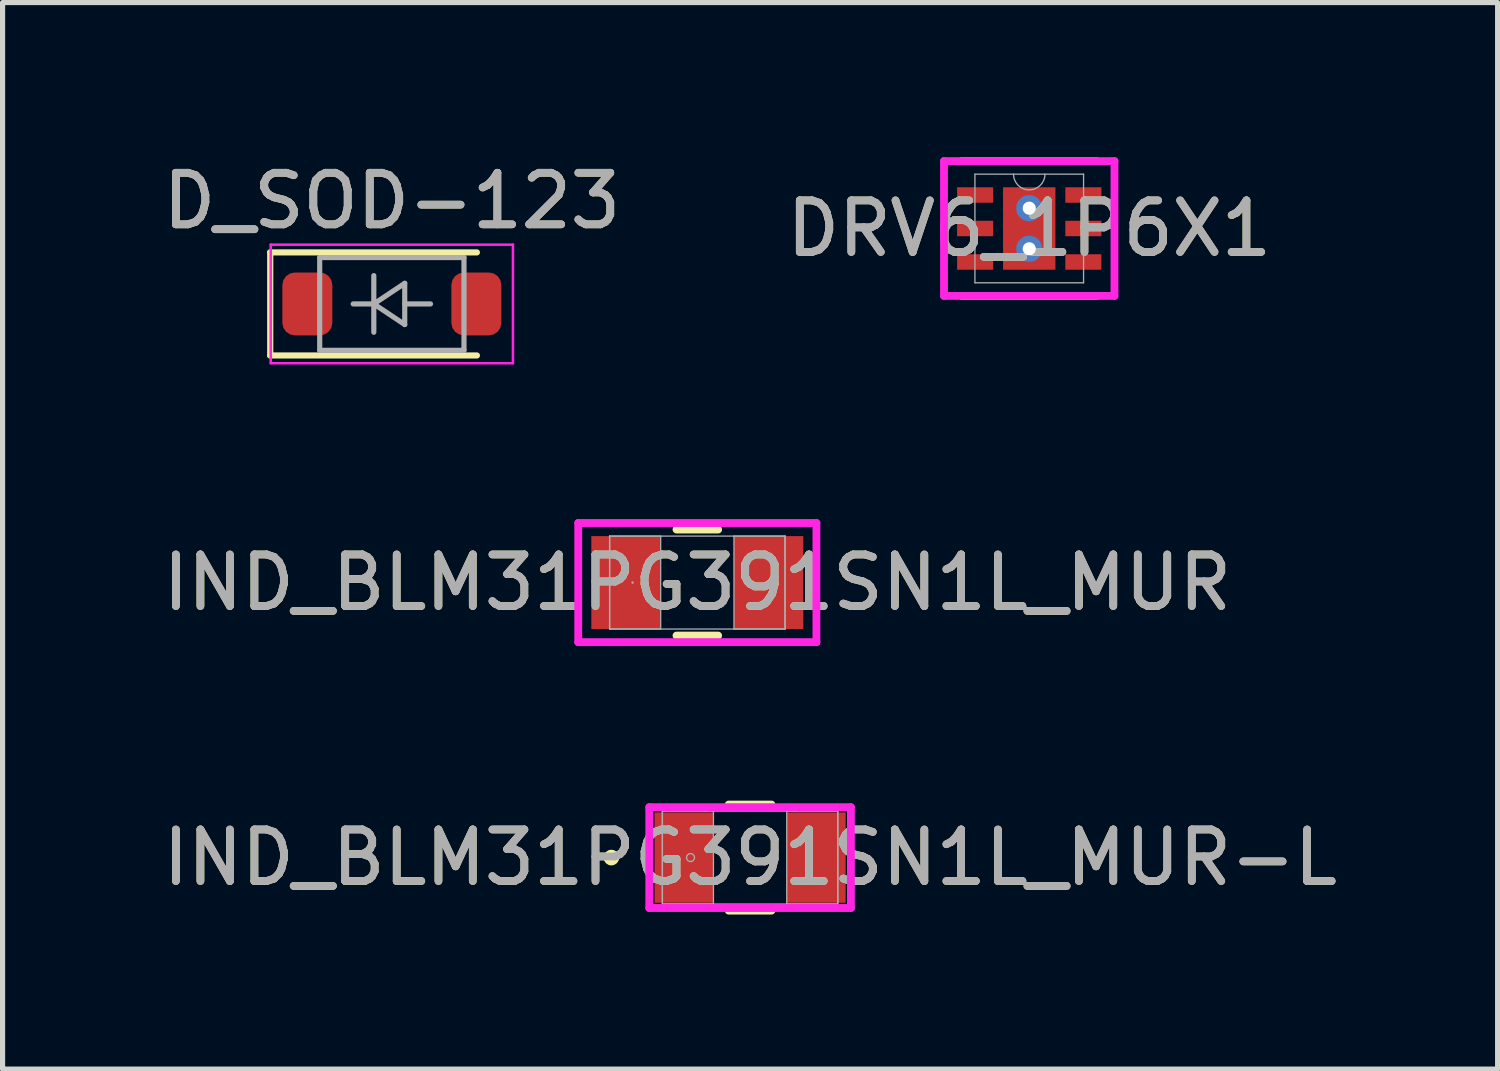
<source format=kicad_pcb>
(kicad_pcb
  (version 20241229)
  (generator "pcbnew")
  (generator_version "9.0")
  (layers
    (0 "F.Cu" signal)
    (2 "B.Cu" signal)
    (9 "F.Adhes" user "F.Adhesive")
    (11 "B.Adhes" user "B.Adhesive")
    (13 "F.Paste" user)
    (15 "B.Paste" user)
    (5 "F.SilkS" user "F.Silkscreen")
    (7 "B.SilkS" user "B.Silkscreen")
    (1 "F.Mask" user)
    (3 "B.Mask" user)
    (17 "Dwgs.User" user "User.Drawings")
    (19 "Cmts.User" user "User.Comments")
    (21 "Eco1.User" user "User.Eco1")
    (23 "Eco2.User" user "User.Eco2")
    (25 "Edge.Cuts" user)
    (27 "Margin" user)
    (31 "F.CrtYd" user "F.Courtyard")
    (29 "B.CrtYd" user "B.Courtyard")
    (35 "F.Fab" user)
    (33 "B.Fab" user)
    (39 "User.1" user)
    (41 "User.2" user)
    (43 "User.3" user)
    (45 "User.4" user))
  (footprint "D_SOD-123"
    (layer "F.Cu")
    (at 4.554 2.848)
    (property "Reference" "D_SOD-123" (at 0 -2 0) (layer "F.SilkS") (effects (font (size 1 1) (thickness 0.15))))
    (attr smd)
    (fp_line (start -2.36 -1) (end -2.36 1) (stroke (width 0.12) (type solid)) (layer "F.SilkS"))
    (fp_line (start -2.36 -1) (end 1.65 -1) (stroke (width 0.12) (type solid)) (layer "F.SilkS"))
    (fp_line (start -2.36 1) (end 1.65 1) (stroke (width 0.12) (type solid)) (layer "F.SilkS"))
    (fp_line (start -2.35 -1.15) (end -2.35 1.15) (stroke (width 0.05) (type solid)) (layer "F.CrtYd"))
    (fp_line (start -2.35 -1.15) (end 2.35 -1.15) (stroke (width 0.05) (type solid)) (layer "F.CrtYd"))
    (fp_line (start 2.35 -1.15) (end 2.35 1.15) (stroke (width 0.05) (type solid)) (layer "F.CrtYd"))
    (fp_line (start 2.35 1.15) (end -2.35 1.15) (stroke (width 0.05) (type solid)) (layer "F.CrtYd"))
    (fp_line (start -1.4 -0.9) (end 1.4 -0.9) (stroke (width 0.1) (type solid)) (layer "F.Fab"))
    (fp_line (start -1.4 0.9) (end -1.4 -0.9) (stroke (width 0.1) (type solid)) (layer "F.Fab"))
    (fp_line (start -0.75 0) (end -0.35 0) (stroke (width 0.1) (type solid)) (layer "F.Fab"))
    (fp_line (start -0.35 0) (end -0.35 -0.55) (stroke (width 0.1) (type solid)) (layer "F.Fab"))
    (fp_line (start -0.35 0) (end -0.35 0.55) (stroke (width 0.1) (type solid)) (layer "F.Fab"))
    (fp_line (start -0.35 0) (end 0.25 -0.4) (stroke (width 0.1) (type solid)) (layer "F.Fab"))
    (fp_line (start 0.25 -0.4) (end 0.25 0.4) (stroke (width 0.1) (type solid)) (layer "F.Fab"))
    (fp_line (start 0.25 0) (end 0.75 0) (stroke (width 0.1) (type solid)) (layer "F.Fab"))
    (fp_line (start 0.25 0.4) (end -0.35 0) (stroke (width 0.1) (type solid)) (layer "F.Fab"))
    (fp_line (start 1.4 -0.9) (end 1.4 0.9) (stroke (width 0.1) (type solid)) (layer "F.Fab"))
    (fp_line (start 1.4 0.9) (end -1.4 0.9) (stroke (width 0.1) (type solid)) (layer "F.Fab"))
    (fp_text user "${REFERENCE}" (at 0 -2 0) (layer "F.Fab") (effects (font (size 1 1) (thickness 0.15))))
    (pad "1" smd roundrect (at -1.64 0) (size 0.97 1.22) (layers "F.Cu" "F.Mask" "F.Paste") (roundrect_rratio 0.25))
    (pad "2" smd roundrect (at 1.64 0) (size 0.97 1.22) (layers "F.Cu" "F.Mask" "F.Paste") (roundrect_rratio 0.25)))
  (footprint "IND_BLM31PG391SN1L_MUR-L"
    (layer "F.Cu")
    (at 11.506 13.592)
    (property "Reference" "IND_BLM31PG391SN1L_MUR-L" (at 0 0 0) (unlocked yes) (layer "F.SilkS") (effects (font (size 1 1) (thickness 0.15))))
    (attr smd)
    (fp_line (start -0.415 1.029) (end 0.415 1.029) (stroke (width 0.152) (type solid)) (layer "F.SilkS"))
    (fp_line (start 0.415 -1.029) (end -0.415 -1.029) (stroke (width 0.152) (type solid)) (layer "F.SilkS"))
    (fp_circle (center -2.692 0) (end -2.616 0) (stroke (width 0.152) (type solid)) (fill no) (layer "F.SilkS"))
    (fp_line (start -1.956 -0.978) (end 1.956 -0.978) (stroke (width 0.152) (type solid)) (layer "F.CrtYd"))
    (fp_line (start -1.956 0.978) (end -1.956 -0.978) (stroke (width 0.152) (type solid)) (layer "F.CrtYd"))
    (fp_line (start 1.956 -0.978) (end 1.956 0.978) (stroke (width 0.152) (type solid)) (layer "F.CrtYd"))
    (fp_line (start 1.956 0.978) (end -1.956 0.978) (stroke (width 0.152) (type solid)) (layer "F.CrtYd"))
    (fp_line (start -1.702 -0.902) (end -1.702 0.902) (stroke (width 0.025) (type solid)) (layer "F.Fab"))
    (fp_line (start -1.702 -0.902) (end -1.702 0.902) (stroke (width 0.025) (type solid)) (layer "F.Fab"))
    (fp_line (start -1.702 0.902) (end -0.711 0.902) (stroke (width 0.025) (type solid)) (layer "F.Fab"))
    (fp_line (start -1.702 0.902) (end 1.702 0.902) (stroke (width 0.025) (type solid)) (layer "F.Fab"))
    (fp_line (start -0.711 -0.902) (end -1.702 -0.902) (stroke (width 0.025) (type solid)) (layer "F.Fab"))
    (fp_line (start -0.711 0.902) (end -0.711 -0.902) (stroke (width 0.025) (type solid)) (layer "F.Fab"))
    (fp_line (start 0.711 -0.902) (end 0.711 0.902) (stroke (width 0.025) (type solid)) (layer "F.Fab"))
    (fp_line (start 0.711 0.902) (end 1.702 0.902) (stroke (width 0.025) (type solid)) (layer "F.Fab"))
    (fp_line (start 1.702 -0.902) (end -1.702 -0.902) (stroke (width 0.025) (type solid)) (layer "F.Fab"))
    (fp_line (start 1.702 -0.902) (end 0.711 -0.902) (stroke (width 0.025) (type solid)) (layer "F.Fab"))
    (fp_line (start 1.702 0.902) (end 1.702 -0.902) (stroke (width 0.025) (type solid)) (layer "F.Fab"))
    (fp_line (start 1.702 0.902) (end 1.702 -0.902) (stroke (width 0.025) (type solid)) (layer "F.Fab"))
    (fp_circle (center -1.156 0) (end -1.079 0) (stroke (width 0.025) (type solid)) (fill no) (layer "F.Fab"))
    (fp_text user "${REFERENCE}" (at 0 0 0) (unlocked yes) (layer "F.Fab") (effects (font (size 1 1) (thickness 0.15))))
    (pad "1" smd rect (at -1.283 0) (size 1.143 1.753) (layers "F.Cu" "F.Mask" "F.Paste"))
    (pad "2" smd rect (at 1.283 0) (size 1.143 1.753) (layers "F.Cu" "F.Mask" "F.Paste"))
    (zone (net_name "") (layer "F.Cu") (hatch full 0.508) (connect_pads) (min_thickness 0.254) (filled_areas_thickness no) (keepout (tracks not_allowed) (vias not_allowed) (pads allowed) (copperpour not_allowed) (footprints allowed)) (placement (enabled no)) (fill) (polygon (pts (xy 10.846 12.741) (xy 12.166 12.741) (xy 12.166 14.443) (xy 10.846 14.443)))))
  (footprint "DRV6_1P6X1"
    (layer "F.Cu")
    (at 16.923 1.384)
    (property "Reference" "DRV6_1P6X1" (at 0 0 0) (unlocked yes) (layer "F.SilkS") (effects (font (size 1 1) (thickness 0.15))))
    (attr smd)
    (fp_poly (pts (xy -1.47 -0.87) (xy -1.47 -0.43) (xy -0.63 -0.43) (xy -0.63 -0.87)) (stroke (width 0) (type solid)) (fill yes) (layer "F.Mask"))
    (fp_poly (pts (xy -1.47 -0.22) (xy -1.47 0.22) (xy -0.63 0.22) (xy -0.63 -0.22)) (stroke (width 0) (type solid)) (fill yes) (layer "F.Mask"))
    (fp_poly (pts (xy -1.47 0.43) (xy -1.47 0.87) (xy -0.63 0.87) (xy -0.63 0.43)) (stroke (width 0) (type solid)) (fill yes) (layer "F.Mask"))
    (fp_poly (pts (xy -0.572 -0.864) (xy -0.2 -0.864) (xy -0.2 0.864) (xy -0.572 0.864)) (stroke (width 0) (type solid)) (fill yes) (layer "F.Mask"))
    (fp_poly (pts (xy -0.572 -0.864) (xy 0.572 -0.864) (xy 0.572 -0.594) (xy -0.572 -0.594)) (stroke (width 0) (type solid)) (fill yes) (layer "F.Mask"))
    (fp_poly (pts (xy -0.572 -0.194) (xy 0.572 -0.194) (xy 0.572 0.194) (xy -0.572 0.194)) (stroke (width 0) (type solid)) (fill yes) (layer "F.Mask"))
    (fp_poly (pts (xy -0.572 0.594) (xy 0.572 0.594) (xy 0.572 0.864) (xy -0.572 0.864)) (stroke (width 0) (type solid)) (fill yes) (layer "F.Mask"))
    (fp_poly (pts (xy 0.2 -0.864) (xy 0.572 -0.864) (xy 0.572 0.864) (xy 0.2 0.864)) (stroke (width 0) (type solid)) (fill yes) (layer "F.Mask"))
    (fp_poly (pts (xy 0.63 -0.87) (xy 0.63 -0.43) (xy 1.47 -0.43) (xy 1.47 -0.87)) (stroke (width 0) (type solid)) (fill yes) (layer "F.Mask"))
    (fp_poly (pts (xy 0.63 -0.22) (xy 0.63 0.22) (xy 1.47 0.22) (xy 1.47 -0.22)) (stroke (width 0) (type solid)) (fill yes) (layer "F.Mask"))
    (fp_poly (pts (xy 0.63 0.43) (xy 0.63 0.87) (xy 1.47 0.87) (xy 1.47 0.43)) (stroke (width 0) (type solid)) (fill yes) (layer "F.Mask"))
    (fp_line (start -1.308 1.308) (end 1.308 1.308) (stroke (width 0.152) (type solid)) (layer "F.SilkS"))
    (fp_line (start 1.308 -1.308) (end -1.308 -1.308) (stroke (width 0.152) (type solid)) (layer "F.SilkS"))
    (fp_poly (pts (xy -1.375 -0.775) (xy -1.375 -0.525) (xy -0.725 -0.525) (xy -0.725 -0.775)) (stroke (width 0) (type solid)) (fill yes) (layer "F.Paste"))
    (fp_poly (pts (xy -1.375 -0.125) (xy -1.375 0.125) (xy -0.725 0.125) (xy -0.725 -0.125)) (stroke (width 0) (type solid)) (fill yes) (layer "F.Paste"))
    (fp_poly (pts (xy -1.375 0.525) (xy -1.375 0.775) (xy -0.725 0.775) (xy -0.725 0.525)) (stroke (width 0) (type solid)) (fill yes) (layer "F.Paste"))
    (fp_poly (pts (xy 0.725 -0.775) (xy 0.725 -0.525) (xy 1.375 -0.525) (xy 1.375 -0.775)) (stroke (width 0) (type solid)) (fill yes) (layer "F.Paste"))
    (fp_poly (pts (xy 0.725 -0.125) (xy 0.725 0.125) (xy 1.375 0.125) (xy 1.375 -0.125)) (stroke (width 0) (type solid)) (fill yes) (layer "F.Paste"))
    (fp_poly (pts (xy 0.725 0.525) (xy 0.725 0.775) (xy 1.375 0.775) (xy 1.375 0.525)) (stroke (width 0) (type solid)) (fill yes) (layer "F.Paste"))
    (fp_poly (pts (xy -0.433 -0.725) (xy -0.433 -0.494) (xy -0.241 -0.494) (xy -0.1 -0.635) (xy -0.1 -0.725)) (stroke (width 0) (type solid)) (fill yes) (layer "F.Paste"))
    (fp_poly (pts (xy -0.433 0.494) (xy -0.433 0.725) (xy -0.1 0.725) (xy -0.1 0.635) (xy -0.241 0.494)) (stroke (width 0) (type solid)) (fill yes) (layer "F.Paste"))
    (fp_poly (pts (xy 0.1 -0.725) (xy 0.1 -0.635) (xy 0.241 -0.494) (xy 0.433 -0.494) (xy 0.433 -0.725)) (stroke (width 0) (type solid)) (fill yes) (layer "F.Paste"))
    (fp_poly (pts (xy 0.241 0.494) (xy 0.1 0.635) (xy 0.1 0.725) (xy 0.433 0.725) (xy 0.433 0.494)) (stroke (width 0) (type solid)) (fill yes) (layer "F.Paste"))
    (fp_poly (pts (xy -0.433 -0.294) (xy -0.433 0.294) (xy -0.241 0.294) (xy -0.1 0.152) (xy -0.1 -0.152) (xy -0.241 -0.294)) (stroke (width 0) (type solid)) (fill yes) (layer "F.Paste"))
    (fp_poly (pts (xy 0.241 -0.294) (xy 0.1 -0.152) (xy 0.1 0.152) (xy 0.241 0.294) (xy 0.433 0.294) (xy 0.433 -0.294)) (stroke (width 0) (type solid)) (fill yes) (layer "F.Paste"))
    (fp_line (start -1.654 -1.308) (end 1.654 -1.308) (stroke (width 0.152) (type solid)) (layer "F.CrtYd"))
    (fp_line (start -1.654 1.308) (end -1.654 -1.308) (stroke (width 0.152) (type solid)) (layer "F.CrtYd"))
    (fp_line (start 1.654 -1.308) (end 1.654 1.308) (stroke (width 0.152) (type solid)) (layer "F.CrtYd"))
    (fp_line (start 1.654 1.308) (end -1.654 1.308) (stroke (width 0.152) (type solid)) (layer "F.CrtYd"))
    (fp_line (start -1.054 -1.054) (end -1.054 1.054) (stroke (width 0.025) (type solid)) (layer "F.Fab"))
    (fp_line (start -1.054 1.054) (end 1.054 1.054) (stroke (width 0.025) (type solid)) (layer "F.Fab"))
    (fp_line (start 1.054 -1.054) (end -1.054 -1.054) (stroke (width 0.025) (type solid)) (layer "F.Fab"))
    (fp_line (start 1.054 1.054) (end 1.054 -1.054) (stroke (width 0.025) (type solid)) (layer "F.Fab"))
    (fp_arc (start 0.3048 -1.0541) (mid 0 -0.7493) (end -0.3048 -1.0541) (stroke (width 0.0254) (type solid)) (layer "F.Fab"))
    (fp_text user "${REFERENCE}" (at 0 0 0) (unlocked yes) (layer "F.Fab") (effects (font (size 1 1) (thickness 0.15))))
    (pad "1" smd rect (at -1.05 -0.65) (size 0.7 0.3) (layers "F.Cu" "F.Mask"))
    (pad "2" smd rect (at -1.05 0) (size 0.7 0.3) (layers "F.Cu" "F.Mask"))
    (pad "3" smd rect (at -1.05 0.65) (size 0.7 0.3) (layers "F.Cu" "F.Mask"))
    (pad "4" smd rect (at 1.05 0.65) (size 0.7 0.3) (layers "F.Cu" "F.Mask"))
    (pad "5" smd rect (at 1.05 0) (size 0.7 0.3) (layers "F.Cu" "F.Mask"))
    (pad "6" smd rect (at 1.05 -0.65) (size 0.7 0.3) (layers "F.Cu" "F.Mask"))
    (pad "7" smd rect (at 0 0) (size 1.016 1.6) (layers "F.Cu"))
    (pad "V" thru_hole circle (at 0 -0.394) (size 0.508 0.508) (drill 0.254) (layers "*.Cu" "*.Mask"))
    (pad "V" thru_hole circle (at 0 0.394) (size 0.508 0.508) (drill 0.254) (layers "*.Cu" "*.Mask")))
  (footprint "IND_BLM31PG391SN1L_MUR"
    (layer "F.Cu")
    (at 10.482 8.255)
    (property "Reference" "IND_BLM31PG391SN1L_MUR" (at 0 0 0) (unlocked yes) (layer "F.SilkS") (effects (font (size 1 1) (thickness 0.15))))
    (attr smd)
    (fp_line (start -0.404 1.029) (end 0.404 1.029) (stroke (width 0.152) (type solid)) (layer "F.SilkS"))
    (fp_line (start 0.404 -1.029) (end -0.404 -1.029) (stroke (width 0.152) (type solid)) (layer "F.SilkS"))
    (fp_line (start -2.311 -1.156) (end 2.311 -1.156) (stroke (width 0.152) (type solid)) (layer "F.CrtYd"))
    (fp_line (start -2.311 1.156) (end -2.311 -1.156) (stroke (width 0.152) (type solid)) (layer "F.CrtYd"))
    (fp_line (start 2.311 -1.156) (end 2.311 1.156) (stroke (width 0.152) (type solid)) (layer "F.CrtYd"))
    (fp_line (start 2.311 1.156) (end -2.311 1.156) (stroke (width 0.152) (type solid)) (layer "F.CrtYd"))
    (fp_line (start -1.702 -0.902) (end -1.702 0.902) (stroke (width 0.025) (type solid)) (layer "F.Fab"))
    (fp_line (start -1.702 -0.902) (end -1.702 0.902) (stroke (width 0.025) (type solid)) (layer "F.Fab"))
    (fp_line (start -1.702 0.902) (end -0.711 0.902) (stroke (width 0.025) (type solid)) (layer "F.Fab"))
    (fp_line (start -1.702 0.902) (end 1.702 0.902) (stroke (width 0.025) (type solid)) (layer "F.Fab"))
    (fp_line (start -0.711 -0.902) (end -1.702 -0.902) (stroke (width 0.025) (type solid)) (layer "F.Fab"))
    (fp_line (start -0.711 0.902) (end -0.711 -0.902) (stroke (width 0.025) (type solid)) (layer "F.Fab"))
    (fp_line (start 0.711 -0.902) (end 0.711 0.902) (stroke (width 0.025) (type solid)) (layer "F.Fab"))
    (fp_line (start 0.711 0.902) (end 1.702 0.902) (stroke (width 0.025) (type solid)) (layer "F.Fab"))
    (fp_line (start 1.702 -0.902) (end -1.702 -0.902) (stroke (width 0.025) (type solid)) (layer "F.Fab"))
    (fp_line (start 1.702 -0.902) (end 0.711 -0.902) (stroke (width 0.025) (type solid)) (layer "F.Fab"))
    (fp_line (start 1.702 0.902) (end 1.702 -0.902) (stroke (width 0.025) (type solid)) (layer "F.Fab"))
    (fp_line (start 1.702 0.902) (end 1.702 -0.902) (stroke (width 0.025) (type solid)) (layer "F.Fab"))
    (fp_circle (center -1.257 0) (end -1.257 0) (stroke (width 0.025) (type solid)) (fill no) (layer "F.Fab"))
    (fp_text user "${REFERENCE}" (at 0 0 0) (unlocked yes) (layer "F.Fab") (effects (font (size 1 1) (thickness 0.15))))
    (pad "1" smd rect (at -1.384 0) (size 1.346 1.803) (layers "F.Cu" "F.Mask" "F.Paste"))
    (pad "2" smd rect (at 1.384 0) (size 1.346 1.803) (layers "F.Cu" "F.Mask" "F.Paste"))
    (zone (net_name "") (layer "F.Cu") (hatch full 0.508) (connect_pads) (min_thickness 0.254) (filled_areas_thickness no) (keepout (tracks not_allowed) (vias not_allowed) (pads allowed) (copperpour not_allowed) (footprints allowed)) (placement (enabled no)) (fill) (polygon (pts (xy 9.822 7.404) (xy 11.143 7.404) (xy 11.143 9.106) (xy 9.822 9.106)))))
  (gr_rect
    (start -3 -3)
    (end 26.012 17.697)
    (stroke (width 0.1) (type default))
    (fill no)
    (layer "Edge.Cuts")))
</source>
